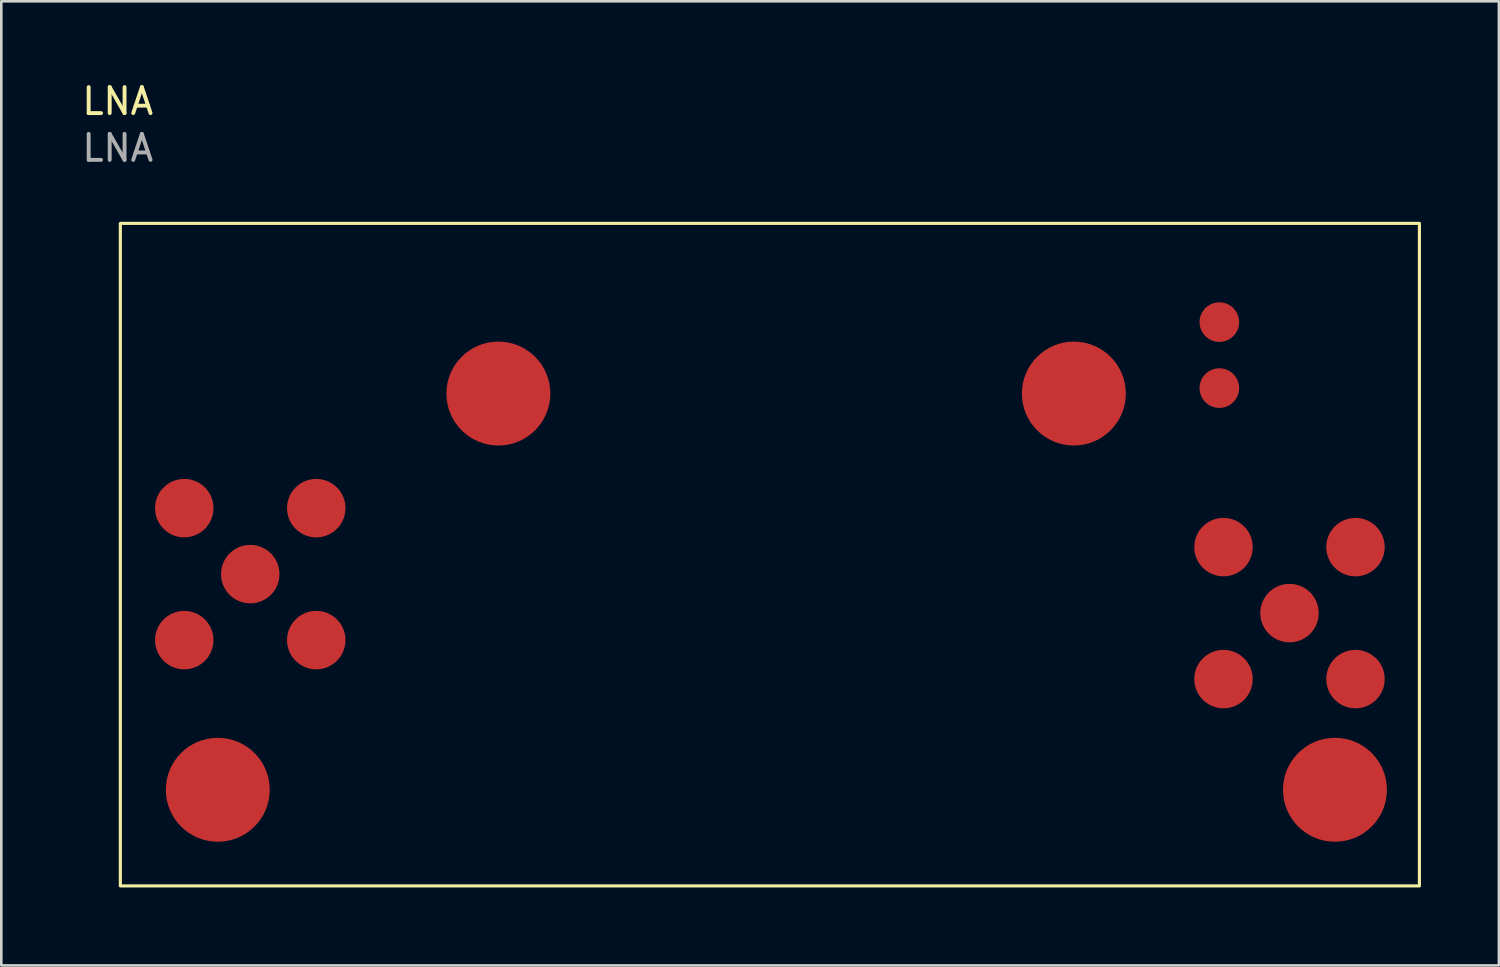
<source format=kicad_pcb>
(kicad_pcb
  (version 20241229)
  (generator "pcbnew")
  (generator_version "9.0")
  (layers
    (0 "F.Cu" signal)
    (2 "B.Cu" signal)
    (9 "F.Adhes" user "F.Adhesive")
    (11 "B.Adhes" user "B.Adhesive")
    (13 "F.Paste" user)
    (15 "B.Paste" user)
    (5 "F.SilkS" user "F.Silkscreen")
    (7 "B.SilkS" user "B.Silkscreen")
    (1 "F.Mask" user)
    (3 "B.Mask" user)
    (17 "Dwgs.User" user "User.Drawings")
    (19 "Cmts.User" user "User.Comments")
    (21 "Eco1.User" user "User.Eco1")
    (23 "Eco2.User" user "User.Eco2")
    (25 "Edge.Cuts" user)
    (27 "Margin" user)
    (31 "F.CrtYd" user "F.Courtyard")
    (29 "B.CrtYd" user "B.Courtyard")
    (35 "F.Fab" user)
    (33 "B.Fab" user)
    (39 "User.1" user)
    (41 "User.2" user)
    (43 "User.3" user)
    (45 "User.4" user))
  (footprint "LNA"
    (layer "F.Cu")
    (at 1.582 5.548)
    (property "Reference" "LNA" (at -0.1 -4.7 0) (unlocked yes) (layer "F.SilkS") (effects (font (size 1 1) (thickness 0.15))))
    (attr through_hole)
    (fp_rect (start 50 0) (end 0 25.5) (stroke (width 0.12) (type solid)) (fill no) (layer "F.SilkS"))
    (fp_text user "${REFERENCE}" (at -0.1 -2.9 0) (unlocked yes) (layer "F.Fab") (effects (font (size 1 1) (thickness 0.15))))
    (pad "1" smd circle (at 42.3 6.34) (size 1.524 1.524) (layers "F.Cu" "F.Mask" "F.Paste"))
    (pad "2" smd circle (at 2.46 10.96) (size 2.25 2.25) (layers "F.Cu" "F.Mask" "F.Paste"))
    (pad "2" smd circle (at 2.46 16.04) (size 2.25 2.25) (layers "F.Cu" "F.Mask" "F.Paste"))
    (pad "2" smd circle (at 3.75 21.8) (size 4 4) (layers "F.Cu" "F.Mask" "F.Paste"))
    (pad "2" smd circle (at 7.54 10.96) (size 2.25 2.25) (layers "F.Cu" "F.Mask" "F.Paste"))
    (pad "2" smd circle (at 7.54 16.04 90) (size 2.25 2.25) (layers "F.Cu" "F.Mask" "F.Paste"))
    (pad "2" smd circle (at 14.55 6.55) (size 4 4) (layers "F.Cu" "F.Mask" "F.Paste"))
    (pad "2" smd circle (at 36.7 6.55) (size 4 4) (layers "F.Cu" "F.Mask" "F.Paste"))
    (pad "2" smd circle (at 42.3 3.8) (size 1.524 1.524) (layers "F.Cu" "F.Mask" "F.Paste"))
    (pad "2" smd circle (at 42.46 12.46) (size 2.25 2.25) (layers "F.Cu" "F.Mask" "F.Paste"))
    (pad "2" smd circle (at 42.46 17.54) (size 2.25 2.25) (layers "F.Cu" "F.Mask" "F.Paste"))
    (pad "2" smd circle (at 46.75 21.8) (size 4 4) (layers "F.Cu" "F.Mask" "F.Paste"))
    (pad "2" smd circle (at 47.54 12.46) (size 2.25 2.25) (layers "F.Cu" "F.Mask" "F.Paste"))
    (pad "2" smd circle (at 47.54 17.54 90) (size 2.25 2.25) (layers "F.Cu" "F.Mask" "F.Paste"))
    (pad "3" smd circle (at 45 15) (size 2.25 2.25) (layers "F.Cu" "F.Mask" "F.Paste"))
    (pad "4" smd circle (at 5 13.5) (size 2.25 2.25) (layers "F.Cu" "F.Mask" "F.Paste")))
  (gr_rect
    (start -3 -3)
    (end 54.642 34.108)
    (stroke (width 0.1) (type default))
    (fill no)
    (layer "Edge.Cuts")))
</source>
